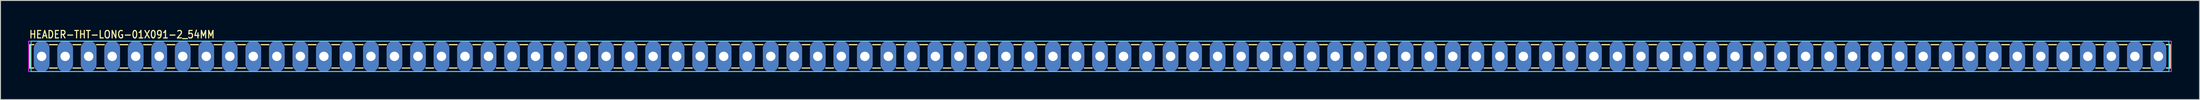
<source format=kicad_pcb>
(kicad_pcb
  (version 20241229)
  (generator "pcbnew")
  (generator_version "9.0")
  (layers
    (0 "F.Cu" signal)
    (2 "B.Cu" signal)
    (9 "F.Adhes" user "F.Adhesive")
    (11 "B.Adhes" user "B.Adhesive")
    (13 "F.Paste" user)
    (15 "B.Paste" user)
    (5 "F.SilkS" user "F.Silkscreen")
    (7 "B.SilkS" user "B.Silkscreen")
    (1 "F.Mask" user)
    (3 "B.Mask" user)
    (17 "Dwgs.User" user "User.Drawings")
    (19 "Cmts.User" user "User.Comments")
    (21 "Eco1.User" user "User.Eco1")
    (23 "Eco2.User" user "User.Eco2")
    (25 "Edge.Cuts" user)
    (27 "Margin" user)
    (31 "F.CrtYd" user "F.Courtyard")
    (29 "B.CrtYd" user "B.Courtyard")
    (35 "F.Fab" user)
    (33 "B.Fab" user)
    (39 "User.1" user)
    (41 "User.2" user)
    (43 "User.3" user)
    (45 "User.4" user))
  (footprint "HEADER-THT-LONG-01X091-2_54MM"
    (layer "F.Cu")
    (at 1.447 3.079)
    (property "Reference" "HEADER-THT-LONG-01X091-2_54MM" (at -1.4 -1.9 0) (unlocked yes) (layer "F.SilkS") (effects (font (size 0.813 0.695) (thickness 0.122)) (justify left bottom)))
    (fp_line (start -1.27 -1.27) (end -1.27 1.27) (stroke (width 0.127) (type solid)) (layer "F.SilkS"))
    (fp_line (start -1.27 1.27) (end -0.85 1.27) (stroke (width 0.127) (type solid)) (layer "F.SilkS"))
    (fp_line (start -0.85 -1.27) (end -1.27 -1.27) (stroke (width 0.127) (type solid)) (layer "F.SilkS"))
    (fp_line (start 0.85 -1.27) (end 1.69 -1.27) (stroke (width 0.127) (type solid)) (layer "F.SilkS"))
    (fp_line (start 0.85 1.27) (end 1.69 1.27) (stroke (width 0.127) (type solid)) (layer "F.SilkS"))
    (fp_line (start 3.39 -1.27) (end 4.23 -1.27) (stroke (width 0.127) (type solid)) (layer "F.SilkS"))
    (fp_line (start 3.39 1.27) (end 4.23 1.27) (stroke (width 0.127) (type solid)) (layer "F.SilkS"))
    (fp_line (start 5.93 -1.27) (end 6.77 -1.27) (stroke (width 0.127) (type solid)) (layer "F.SilkS"))
    (fp_line (start 5.93 1.27) (end 6.77 1.27) (stroke (width 0.127) (type solid)) (layer "F.SilkS"))
    (fp_line (start 8.47 -1.27) (end 9.31 -1.27) (stroke (width 0.127) (type solid)) (layer "F.SilkS"))
    (fp_line (start 8.47 1.27) (end 9.31 1.27) (stroke (width 0.127) (type solid)) (layer "F.SilkS"))
    (fp_line (start 11.01 -1.27) (end 11.85 -1.27) (stroke (width 0.127) (type solid)) (layer "F.SilkS"))
    (fp_line (start 11.01 1.27) (end 11.85 1.27) (stroke (width 0.127) (type solid)) (layer "F.SilkS"))
    (fp_line (start 13.55 -1.27) (end 14.39 -1.27) (stroke (width 0.127) (type solid)) (layer "F.SilkS"))
    (fp_line (start 13.55 1.27) (end 14.39 1.27) (stroke (width 0.127) (type solid)) (layer "F.SilkS"))
    (fp_line (start 16.09 -1.27) (end 16.93 -1.27) (stroke (width 0.127) (type solid)) (layer "F.SilkS"))
    (fp_line (start 16.09 1.27) (end 16.93 1.27) (stroke (width 0.127) (type solid)) (layer "F.SilkS"))
    (fp_line (start 18.63 -1.27) (end 19.47 -1.27) (stroke (width 0.127) (type solid)) (layer "F.SilkS"))
    (fp_line (start 18.63 1.27) (end 19.47 1.27) (stroke (width 0.127) (type solid)) (layer "F.SilkS"))
    (fp_line (start 21.17 -1.27) (end 22.01 -1.27) (stroke (width 0.127) (type solid)) (layer "F.SilkS"))
    (fp_line (start 21.17 1.27) (end 22.01 1.27) (stroke (width 0.127) (type solid)) (layer "F.SilkS"))
    (fp_line (start 23.71 -1.27) (end 24.55 -1.27) (stroke (width 0.127) (type solid)) (layer "F.SilkS"))
    (fp_line (start 23.71 1.27) (end 24.55 1.27) (stroke (width 0.127) (type solid)) (layer "F.SilkS"))
    (fp_line (start 26.25 -1.27) (end 27.09 -1.27) (stroke (width 0.127) (type solid)) (layer "F.SilkS"))
    (fp_line (start 26.25 1.27) (end 27.09 1.27) (stroke (width 0.127) (type solid)) (layer "F.SilkS"))
    (fp_line (start 28.79 -1.27) (end 29.63 -1.27) (stroke (width 0.127) (type solid)) (layer "F.SilkS"))
    (fp_line (start 28.79 1.27) (end 29.63 1.27) (stroke (width 0.127) (type solid)) (layer "F.SilkS"))
    (fp_line (start 31.33 -1.27) (end 32.17 -1.27) (stroke (width 0.127) (type solid)) (layer "F.SilkS"))
    (fp_line (start 31.33 1.27) (end 32.17 1.27) (stroke (width 0.127) (type solid)) (layer "F.SilkS"))
    (fp_line (start 33.87 -1.27) (end 34.71 -1.27) (stroke (width 0.127) (type solid)) (layer "F.SilkS"))
    (fp_line (start 33.87 1.27) (end 34.71 1.27) (stroke (width 0.127) (type solid)) (layer "F.SilkS"))
    (fp_line (start 36.41 -1.27) (end 37.25 -1.27) (stroke (width 0.127) (type solid)) (layer "F.SilkS"))
    (fp_line (start 36.41 1.27) (end 37.25 1.27) (stroke (width 0.127) (type solid)) (layer "F.SilkS"))
    (fp_line (start 38.95 -1.27) (end 39.79 -1.27) (stroke (width 0.127) (type solid)) (layer "F.SilkS"))
    (fp_line (start 38.95 1.27) (end 39.79 1.27) (stroke (width 0.127) (type solid)) (layer "F.SilkS"))
    (fp_line (start 41.49 -1.27) (end 42.33 -1.27) (stroke (width 0.127) (type solid)) (layer "F.SilkS"))
    (fp_line (start 41.49 1.27) (end 42.33 1.27) (stroke (width 0.127) (type solid)) (layer "F.SilkS"))
    (fp_line (start 44.03 -1.27) (end 44.87 -1.27) (stroke (width 0.127) (type solid)) (layer "F.SilkS"))
    (fp_line (start 44.03 1.27) (end 44.87 1.27) (stroke (width 0.127) (type solid)) (layer "F.SilkS"))
    (fp_line (start 46.57 -1.27) (end 47.41 -1.27) (stroke (width 0.127) (type solid)) (layer "F.SilkS"))
    (fp_line (start 46.57 1.27) (end 47.41 1.27) (stroke (width 0.127) (type solid)) (layer "F.SilkS"))
    (fp_line (start 49.11 -1.27) (end 49.95 -1.27) (stroke (width 0.127) (type solid)) (layer "F.SilkS"))
    (fp_line (start 49.11 1.27) (end 49.95 1.27) (stroke (width 0.127) (type solid)) (layer "F.SilkS"))
    (fp_line (start 51.65 -1.27) (end 52.49 -1.27) (stroke (width 0.127) (type solid)) (layer "F.SilkS"))
    (fp_line (start 51.65 1.27) (end 52.49 1.27) (stroke (width 0.127) (type solid)) (layer "F.SilkS"))
    (fp_line (start 54.19 -1.27) (end 55.03 -1.27) (stroke (width 0.127) (type solid)) (layer "F.SilkS"))
    (fp_line (start 54.19 1.27) (end 55.03 1.27) (stroke (width 0.127) (type solid)) (layer "F.SilkS"))
    (fp_line (start 56.73 -1.27) (end 57.57 -1.27) (stroke (width 0.127) (type solid)) (layer "F.SilkS"))
    (fp_line (start 56.73 1.27) (end 57.57 1.27) (stroke (width 0.127) (type solid)) (layer "F.SilkS"))
    (fp_line (start 59.27 -1.27) (end 60.11 -1.27) (stroke (width 0.127) (type solid)) (layer "F.SilkS"))
    (fp_line (start 59.27 1.27) (end 60.11 1.27) (stroke (width 0.127) (type solid)) (layer "F.SilkS"))
    (fp_line (start 61.81 -1.27) (end 62.65 -1.27) (stroke (width 0.127) (type solid)) (layer "F.SilkS"))
    (fp_line (start 61.81 1.27) (end 62.65 1.27) (stroke (width 0.127) (type solid)) (layer "F.SilkS"))
    (fp_line (start 64.35 -1.27) (end 65.19 -1.27) (stroke (width 0.127) (type solid)) (layer "F.SilkS"))
    (fp_line (start 64.35 1.27) (end 65.19 1.27) (stroke (width 0.127) (type solid)) (layer "F.SilkS"))
    (fp_line (start 66.89 -1.27) (end 67.73 -1.27) (stroke (width 0.127) (type solid)) (layer "F.SilkS"))
    (fp_line (start 66.89 1.27) (end 67.73 1.27) (stroke (width 0.127) (type solid)) (layer "F.SilkS"))
    (fp_line (start 69.43 -1.27) (end 70.27 -1.27) (stroke (width 0.127) (type solid)) (layer "F.SilkS"))
    (fp_line (start 69.43 1.27) (end 70.27 1.27) (stroke (width 0.127) (type solid)) (layer "F.SilkS"))
    (fp_line (start 71.97 -1.27) (end 72.81 -1.27) (stroke (width 0.127) (type solid)) (layer "F.SilkS"))
    (fp_line (start 71.97 1.27) (end 72.81 1.27) (stroke (width 0.127) (type solid)) (layer "F.SilkS"))
    (fp_line (start 74.51 -1.27) (end 75.35 -1.27) (stroke (width 0.127) (type solid)) (layer "F.SilkS"))
    (fp_line (start 74.51 1.27) (end 75.35 1.27) (stroke (width 0.127) (type solid)) (layer "F.SilkS"))
    (fp_line (start 77.05 -1.27) (end 77.89 -1.27) (stroke (width 0.127) (type solid)) (layer "F.SilkS"))
    (fp_line (start 77.05 1.27) (end 77.89 1.27) (stroke (width 0.127) (type solid)) (layer "F.SilkS"))
    (fp_line (start 79.59 -1.27) (end 80.43 -1.27) (stroke (width 0.127) (type solid)) (layer "F.SilkS"))
    (fp_line (start 79.59 1.27) (end 80.43 1.27) (stroke (width 0.127) (type solid)) (layer "F.SilkS"))
    (fp_line (start 82.13 -1.27) (end 82.97 -1.27) (stroke (width 0.127) (type solid)) (layer "F.SilkS"))
    (fp_line (start 82.13 1.27) (end 82.97 1.27) (stroke (width 0.127) (type solid)) (layer "F.SilkS"))
    (fp_line (start 84.67 -1.27) (end 85.51 -1.27) (stroke (width 0.127) (type solid)) (layer "F.SilkS"))
    (fp_line (start 84.67 1.27) (end 85.51 1.27) (stroke (width 0.127) (type solid)) (layer "F.SilkS"))
    (fp_line (start 87.21 -1.27) (end 88.05 -1.27) (stroke (width 0.127) (type solid)) (layer "F.SilkS"))
    (fp_line (start 87.21 1.27) (end 88.05 1.27) (stroke (width 0.127) (type solid)) (layer "F.SilkS"))
    (fp_line (start 89.75 -1.27) (end 90.59 -1.27) (stroke (width 0.127) (type solid)) (layer "F.SilkS"))
    (fp_line (start 89.75 1.27) (end 90.59 1.27) (stroke (width 0.127) (type solid)) (layer "F.SilkS"))
    (fp_line (start 92.29 -1.27) (end 93.13 -1.27) (stroke (width 0.127) (type solid)) (layer "F.SilkS"))
    (fp_line (start 92.29 1.27) (end 93.13 1.27) (stroke (width 0.127) (type solid)) (layer "F.SilkS"))
    (fp_line (start 94.83 -1.27) (end 95.67 -1.27) (stroke (width 0.127) (type solid)) (layer "F.SilkS"))
    (fp_line (start 94.83 1.27) (end 95.67 1.27) (stroke (width 0.127) (type solid)) (layer "F.SilkS"))
    (fp_line (start 97.37 -1.27) (end 98.21 -1.27) (stroke (width 0.127) (type solid)) (layer "F.SilkS"))
    (fp_line (start 97.37 1.27) (end 98.21 1.27) (stroke (width 0.127) (type solid)) (layer "F.SilkS"))
    (fp_line (start 99.91 -1.27) (end 100.75 -1.27) (stroke (width 0.127) (type solid)) (layer "F.SilkS"))
    (fp_line (start 99.91 1.27) (end 100.75 1.27) (stroke (width 0.127) (type solid)) (layer "F.SilkS"))
    (fp_line (start 102.45 -1.27) (end 103.29 -1.27) (stroke (width 0.127) (type solid)) (layer "F.SilkS"))
    (fp_line (start 102.45 1.27) (end 103.29 1.27) (stroke (width 0.127) (type solid)) (layer "F.SilkS"))
    (fp_line (start 104.99 -1.27) (end 105.83 -1.27) (stroke (width 0.127) (type solid)) (layer "F.SilkS"))
    (fp_line (start 104.99 1.27) (end 105.83 1.27) (stroke (width 0.127) (type solid)) (layer "F.SilkS"))
    (fp_line (start 107.53 -1.27) (end 108.37 -1.27) (stroke (width 0.127) (type solid)) (layer "F.SilkS"))
    (fp_line (start 107.53 1.27) (end 108.37 1.27) (stroke (width 0.127) (type solid)) (layer "F.SilkS"))
    (fp_line (start 110.07 -1.27) (end 110.91 -1.27) (stroke (width 0.127) (type solid)) (layer "F.SilkS"))
    (fp_line (start 110.07 1.27) (end 110.91 1.27) (stroke (width 0.127) (type solid)) (layer "F.SilkS"))
    (fp_line (start 112.61 -1.27) (end 113.45 -1.27) (stroke (width 0.127) (type solid)) (layer "F.SilkS"))
    (fp_line (start 112.61 1.27) (end 113.45 1.27) (stroke (width 0.127) (type solid)) (layer "F.SilkS"))
    (fp_line (start 115.15 -1.27) (end 115.99 -1.27) (stroke (width 0.127) (type solid)) (layer "F.SilkS"))
    (fp_line (start 115.15 1.27) (end 115.99 1.27) (stroke (width 0.127) (type solid)) (layer "F.SilkS"))
    (fp_line (start 117.69 -1.27) (end 118.53 -1.27) (stroke (width 0.127) (type solid)) (layer "F.SilkS"))
    (fp_line (start 117.69 1.27) (end 118.53 1.27) (stroke (width 0.127) (type solid)) (layer "F.SilkS"))
    (fp_line (start 120.23 -1.27) (end 121.07 -1.27) (stroke (width 0.127) (type solid)) (layer "F.SilkS"))
    (fp_line (start 120.23 1.27) (end 121.07 1.27) (stroke (width 0.127) (type solid)) (layer "F.SilkS"))
    (fp_line (start 122.77 -1.27) (end 123.61 -1.27) (stroke (width 0.127) (type solid)) (layer "F.SilkS"))
    (fp_line (start 122.77 1.27) (end 123.61 1.27) (stroke (width 0.127) (type solid)) (layer "F.SilkS"))
    (fp_line (start 125.31 -1.27) (end 126.15 -1.27) (stroke (width 0.127) (type solid)) (layer "F.SilkS"))
    (fp_line (start 125.31 1.27) (end 126.15 1.27) (stroke (width 0.127) (type solid)) (layer "F.SilkS"))
    (fp_line (start 127.85 -1.27) (end 128.69 -1.27) (stroke (width 0.127) (type solid)) (layer "F.SilkS"))
    (fp_line (start 127.85 1.27) (end 128.69 1.27) (stroke (width 0.127) (type solid)) (layer "F.SilkS"))
    (fp_line (start 130.39 -1.27) (end 131.23 -1.27) (stroke (width 0.127) (type solid)) (layer "F.SilkS"))
    (fp_line (start 130.39 1.27) (end 131.23 1.27) (stroke (width 0.127) (type solid)) (layer "F.SilkS"))
    (fp_line (start 132.93 -1.27) (end 133.77 -1.27) (stroke (width 0.127) (type solid)) (layer "F.SilkS"))
    (fp_line (start 132.93 1.27) (end 133.77 1.27) (stroke (width 0.127) (type solid)) (layer "F.SilkS"))
    (fp_line (start 135.47 -1.27) (end 136.31 -1.27) (stroke (width 0.127) (type solid)) (layer "F.SilkS"))
    (fp_line (start 135.47 1.27) (end 136.31 1.27) (stroke (width 0.127) (type solid)) (layer "F.SilkS"))
    (fp_line (start 138.01 -1.27) (end 138.85 -1.27) (stroke (width 0.127) (type solid)) (layer "F.SilkS"))
    (fp_line (start 138.01 1.27) (end 138.85 1.27) (stroke (width 0.127) (type solid)) (layer "F.SilkS"))
    (fp_line (start 140.55 -1.27) (end 141.39 -1.27) (stroke (width 0.127) (type solid)) (layer "F.SilkS"))
    (fp_line (start 140.55 1.27) (end 141.39 1.27) (stroke (width 0.127) (type solid)) (layer "F.SilkS"))
    (fp_line (start 143.09 -1.27) (end 143.93 -1.27) (stroke (width 0.127) (type solid)) (layer "F.SilkS"))
    (fp_line (start 143.09 1.27) (end 143.93 1.27) (stroke (width 0.127) (type solid)) (layer "F.SilkS"))
    (fp_line (start 145.63 -1.27) (end 146.47 -1.27) (stroke (width 0.127) (type solid)) (layer "F.SilkS"))
    (fp_line (start 145.63 1.27) (end 146.47 1.27) (stroke (width 0.127) (type solid)) (layer "F.SilkS"))
    (fp_line (start 148.17 -1.27) (end 149.01 -1.27) (stroke (width 0.127) (type solid)) (layer "F.SilkS"))
    (fp_line (start 148.17 1.27) (end 149.01 1.27) (stroke (width 0.127) (type solid)) (layer "F.SilkS"))
    (fp_line (start 150.71 -1.27) (end 151.55 -1.27) (stroke (width 0.127) (type solid)) (layer "F.SilkS"))
    (fp_line (start 150.71 1.27) (end 151.55 1.27) (stroke (width 0.127) (type solid)) (layer "F.SilkS"))
    (fp_line (start 153.25 -1.27) (end 154.09 -1.27) (stroke (width 0.127) (type solid)) (layer "F.SilkS"))
    (fp_line (start 153.25 1.27) (end 154.09 1.27) (stroke (width 0.127) (type solid)) (layer "F.SilkS"))
    (fp_line (start 155.79 -1.27) (end 156.63 -1.27) (stroke (width 0.127) (type solid)) (layer "F.SilkS"))
    (fp_line (start 155.79 1.27) (end 156.63 1.27) (stroke (width 0.127) (type solid)) (layer "F.SilkS"))
    (fp_line (start 158.33 -1.27) (end 159.17 -1.27) (stroke (width 0.127) (type solid)) (layer "F.SilkS"))
    (fp_line (start 158.33 1.27) (end 159.17 1.27) (stroke (width 0.127) (type solid)) (layer "F.SilkS"))
    (fp_line (start 160.87 -1.27) (end 161.71 -1.27) (stroke (width 0.127) (type solid)) (layer "F.SilkS"))
    (fp_line (start 160.87 1.27) (end 161.71 1.27) (stroke (width 0.127) (type solid)) (layer "F.SilkS"))
    (fp_line (start 163.41 -1.27) (end 164.25 -1.27) (stroke (width 0.127) (type solid)) (layer "F.SilkS"))
    (fp_line (start 163.41 1.27) (end 164.25 1.27) (stroke (width 0.127) (type solid)) (layer "F.SilkS"))
    (fp_line (start 165.95 -1.27) (end 166.79 -1.27) (stroke (width 0.127) (type solid)) (layer "F.SilkS"))
    (fp_line (start 165.95 1.27) (end 166.79 1.27) (stroke (width 0.127) (type solid)) (layer "F.SilkS"))
    (fp_line (start 168.49 -1.27) (end 169.33 -1.27) (stroke (width 0.127) (type solid)) (layer "F.SilkS"))
    (fp_line (start 168.49 1.27) (end 169.33 1.27) (stroke (width 0.127) (type solid)) (layer "F.SilkS"))
    (fp_line (start 171.03 -1.27) (end 171.87 -1.27) (stroke (width 0.127) (type solid)) (layer "F.SilkS"))
    (fp_line (start 171.03 1.27) (end 171.87 1.27) (stroke (width 0.127) (type solid)) (layer "F.SilkS"))
    (fp_line (start 173.57 -1.27) (end 174.41 -1.27) (stroke (width 0.127) (type solid)) (layer "F.SilkS"))
    (fp_line (start 173.57 1.27) (end 174.41 1.27) (stroke (width 0.127) (type solid)) (layer "F.SilkS"))
    (fp_line (start 176.11 -1.27) (end 176.95 -1.27) (stroke (width 0.127) (type solid)) (layer "F.SilkS"))
    (fp_line (start 176.11 1.27) (end 176.95 1.27) (stroke (width 0.127) (type solid)) (layer "F.SilkS"))
    (fp_line (start 178.65 -1.27) (end 179.49 -1.27) (stroke (width 0.127) (type solid)) (layer "F.SilkS"))
    (fp_line (start 178.65 1.27) (end 179.49 1.27) (stroke (width 0.127) (type solid)) (layer "F.SilkS"))
    (fp_line (start 181.19 -1.27) (end 182.03 -1.27) (stroke (width 0.127) (type solid)) (layer "F.SilkS"))
    (fp_line (start 181.19 1.27) (end 182.03 1.27) (stroke (width 0.127) (type solid)) (layer "F.SilkS"))
    (fp_line (start 183.73 -1.27) (end 184.57 -1.27) (stroke (width 0.127) (type solid)) (layer "F.SilkS"))
    (fp_line (start 183.73 1.27) (end 184.57 1.27) (stroke (width 0.127) (type solid)) (layer "F.SilkS"))
    (fp_line (start 186.27 -1.27) (end 187.11 -1.27) (stroke (width 0.127) (type solid)) (layer "F.SilkS"))
    (fp_line (start 186.27 1.27) (end 187.11 1.27) (stroke (width 0.127) (type solid)) (layer "F.SilkS"))
    (fp_line (start 188.81 -1.27) (end 189.65 -1.27) (stroke (width 0.127) (type solid)) (layer "F.SilkS"))
    (fp_line (start 188.81 1.27) (end 189.65 1.27) (stroke (width 0.127) (type solid)) (layer "F.SilkS"))
    (fp_line (start 191.35 -1.27) (end 192.19 -1.27) (stroke (width 0.127) (type solid)) (layer "F.SilkS"))
    (fp_line (start 191.35 1.27) (end 192.19 1.27) (stroke (width 0.127) (type solid)) (layer "F.SilkS"))
    (fp_line (start 193.89 -1.27) (end 194.73 -1.27) (stroke (width 0.127) (type solid)) (layer "F.SilkS"))
    (fp_line (start 193.89 1.27) (end 194.73 1.27) (stroke (width 0.127) (type solid)) (layer "F.SilkS"))
    (fp_line (start 196.43 -1.27) (end 197.27 -1.27) (stroke (width 0.127) (type solid)) (layer "F.SilkS"))
    (fp_line (start 196.43 1.27) (end 197.27 1.27) (stroke (width 0.127) (type solid)) (layer "F.SilkS"))
    (fp_line (start 198.97 -1.27) (end 199.81 -1.27) (stroke (width 0.127) (type solid)) (layer "F.SilkS"))
    (fp_line (start 198.97 1.27) (end 199.81 1.27) (stroke (width 0.127) (type solid)) (layer "F.SilkS"))
    (fp_line (start 201.51 -1.27) (end 202.35 -1.27) (stroke (width 0.127) (type solid)) (layer "F.SilkS"))
    (fp_line (start 201.51 1.27) (end 202.35 1.27) (stroke (width 0.127) (type solid)) (layer "F.SilkS"))
    (fp_line (start 204.05 -1.27) (end 204.89 -1.27) (stroke (width 0.127) (type solid)) (layer "F.SilkS"))
    (fp_line (start 204.05 1.27) (end 204.89 1.27) (stroke (width 0.127) (type solid)) (layer "F.SilkS"))
    (fp_line (start 206.59 -1.27) (end 207.43 -1.27) (stroke (width 0.127) (type solid)) (layer "F.SilkS"))
    (fp_line (start 206.59 1.27) (end 207.43 1.27) (stroke (width 0.127) (type solid)) (layer "F.SilkS"))
    (fp_line (start 209.13 -1.27) (end 209.97 -1.27) (stroke (width 0.127) (type solid)) (layer "F.SilkS"))
    (fp_line (start 209.13 1.27) (end 209.97 1.27) (stroke (width 0.127) (type solid)) (layer "F.SilkS"))
    (fp_line (start 211.67 -1.27) (end 212.51 -1.27) (stroke (width 0.127) (type solid)) (layer "F.SilkS"))
    (fp_line (start 211.67 1.27) (end 212.51 1.27) (stroke (width 0.127) (type solid)) (layer "F.SilkS"))
    (fp_line (start 214.21 -1.27) (end 215.05 -1.27) (stroke (width 0.127) (type solid)) (layer "F.SilkS"))
    (fp_line (start 214.21 1.27) (end 215.05 1.27) (stroke (width 0.127) (type solid)) (layer "F.SilkS"))
    (fp_line (start 216.75 -1.27) (end 217.59 -1.27) (stroke (width 0.127) (type solid)) (layer "F.SilkS"))
    (fp_line (start 216.75 1.27) (end 217.59 1.27) (stroke (width 0.127) (type solid)) (layer "F.SilkS"))
    (fp_line (start 219.29 -1.27) (end 220.13 -1.27) (stroke (width 0.127) (type solid)) (layer "F.SilkS"))
    (fp_line (start 219.29 1.27) (end 220.13 1.27) (stroke (width 0.127) (type solid)) (layer "F.SilkS"))
    (fp_line (start 221.83 -1.27) (end 222.67 -1.27) (stroke (width 0.127) (type solid)) (layer "F.SilkS"))
    (fp_line (start 221.83 1.27) (end 222.67 1.27) (stroke (width 0.127) (type solid)) (layer "F.SilkS"))
    (fp_line (start 224.37 -1.27) (end 225.21 -1.27) (stroke (width 0.127) (type solid)) (layer "F.SilkS"))
    (fp_line (start 224.37 1.27) (end 225.21 1.27) (stroke (width 0.127) (type solid)) (layer "F.SilkS"))
    (fp_line (start 226.91 -1.27) (end 227.75 -1.27) (stroke (width 0.127) (type solid)) (layer "F.SilkS"))
    (fp_line (start 226.91 1.27) (end 227.75 1.27) (stroke (width 0.127) (type solid)) (layer "F.SilkS"))
    (fp_line (start 229.45 -1.27) (end 229.87 -1.27) (stroke (width 0.127) (type solid)) (layer "F.SilkS"))
    (fp_line (start 229.87 -1.27) (end 229.87 1.27) (stroke (width 0.127) (type solid)) (layer "F.SilkS"))
    (fp_line (start 229.87 1.27) (end 229.45 1.27) (stroke (width 0.127) (type solid)) (layer "F.SilkS"))
    (fp_poly (pts (xy -1.143 -1.651) (xy 229.743 -1.651) (xy 229.743 1.651) (xy -1.143 1.651)) (stroke (width 0.1) (type solid)) (fill no) (layer "B.CrtYd"))
    (fp_poly (pts (xy -1.397 -1.651) (xy 229.997 -1.651) (xy 229.997 1.651) (xy -1.397 1.651)) (stroke (width 0.1) (type solid)) (fill no) (layer "F.CrtYd"))
    (pad "P$1" thru_hole oval (at 0 0 90) (size 3.387 1.693) (drill 1.016) (layers "*.Cu" "*.Mask"))
    (pad "P$2" thru_hole oval (at 2.54 0 90) (size 3.387 1.693) (drill 1.016) (layers "*.Cu" "*.Mask"))
    (pad "P$3" thru_hole oval (at 5.08 0 90) (size 3.387 1.693) (drill 1.016) (layers "*.Cu" "*.Mask"))
    (pad "P$4" thru_hole oval (at 7.62 0 90) (size 3.387 1.693) (drill 1.016) (layers "*.Cu" "*.Mask"))
    (pad "P$5" thru_hole oval (at 10.16 0 90) (size 3.387 1.693) (drill 1.016) (layers "*.Cu" "*.Mask"))
    (pad "P$6" thru_hole oval (at 12.7 0 90) (size 3.387 1.693) (drill 1.016) (layers "*.Cu" "*.Mask"))
    (pad "P$7" thru_hole oval (at 15.24 0 90) (size 3.387 1.693) (drill 1.016) (layers "*.Cu" "*.Mask"))
    (pad "P$8" thru_hole oval (at 17.78 0 90) (size 3.387 1.693) (drill 1.016) (layers "*.Cu" "*.Mask"))
    (pad "P$9" thru_hole oval (at 20.32 0 90) (size 3.387 1.693) (drill 1.016) (layers "*.Cu" "*.Mask"))
    (pad "P$10" thru_hole oval (at 22.86 0 90) (size 3.387 1.693) (drill 1.016) (layers "*.Cu" "*.Mask"))
    (pad "P$11" thru_hole oval (at 25.4 0 90) (size 3.387 1.693) (drill 1.016) (layers "*.Cu" "*.Mask"))
    (pad "P$12" thru_hole oval (at 27.94 0 90) (size 3.387 1.693) (drill 1.016) (layers "*.Cu" "*.Mask"))
    (pad "P$13" thru_hole oval (at 30.48 0 90) (size 3.387 1.693) (drill 1.016) (layers "*.Cu" "*.Mask"))
    (pad "P$14" thru_hole oval (at 33.02 0 90) (size 3.387 1.693) (drill 1.016) (layers "*.Cu" "*.Mask"))
    (pad "P$15" thru_hole oval (at 35.56 0 90) (size 3.387 1.693) (drill 1.016) (layers "*.Cu" "*.Mask"))
    (pad "P$16" thru_hole oval (at 38.1 0 90) (size 3.387 1.693) (drill 1.016) (layers "*.Cu" "*.Mask"))
    (pad "P$17" thru_hole oval (at 40.64 0 90) (size 3.387 1.693) (drill 1.016) (layers "*.Cu" "*.Mask"))
    (pad "P$18" thru_hole oval (at 43.18 0 90) (size 3.387 1.693) (drill 1.016) (layers "*.Cu" "*.Mask"))
    (pad "P$19" thru_hole oval (at 45.72 0 90) (size 3.387 1.693) (drill 1.016) (layers "*.Cu" "*.Mask"))
    (pad "P$20" thru_hole oval (at 48.26 0 90) (size 3.387 1.693) (drill 1.016) (layers "*.Cu" "*.Mask"))
    (pad "P$21" thru_hole oval (at 50.8 0 90) (size 3.387 1.693) (drill 1.016) (layers "*.Cu" "*.Mask"))
    (pad "P$22" thru_hole oval (at 53.34 0 90) (size 3.387 1.693) (drill 1.016) (layers "*.Cu" "*.Mask"))
    (pad "P$23" thru_hole oval (at 55.88 0 90) (size 3.387 1.693) (drill 1.016) (layers "*.Cu" "*.Mask"))
    (pad "P$24" thru_hole oval (at 58.42 0 90) (size 3.387 1.693) (drill 1.016) (layers "*.Cu" "*.Mask"))
    (pad "P$25" thru_hole oval (at 60.96 0 90) (size 3.387 1.693) (drill 1.016) (layers "*.Cu" "*.Mask"))
    (pad "P$26" thru_hole oval (at 63.5 0 90) (size 3.387 1.693) (drill 1.016) (layers "*.Cu" "*.Mask"))
    (pad "P$27" thru_hole oval (at 66.04 0 90) (size 3.387 1.693) (drill 1.016) (layers "*.Cu" "*.Mask"))
    (pad "P$28" thru_hole oval (at 68.58 0 90) (size 3.387 1.693) (drill 1.016) (layers "*.Cu" "*.Mask"))
    (pad "P$29" thru_hole oval (at 71.12 0 90) (size 3.387 1.693) (drill 1.016) (layers "*.Cu" "*.Mask"))
    (pad "P$30" thru_hole oval (at 73.66 0 90) (size 3.387 1.693) (drill 1.016) (layers "*.Cu" "*.Mask"))
    (pad "P$31" thru_hole oval (at 76.2 0 90) (size 3.387 1.693) (drill 1.016) (layers "*.Cu" "*.Mask"))
    (pad "P$32" thru_hole oval (at 78.74 0 90) (size 3.387 1.693) (drill 1.016) (layers "*.Cu" "*.Mask"))
    (pad "P$33" thru_hole oval (at 81.28 0 90) (size 3.387 1.693) (drill 1.016) (layers "*.Cu" "*.Mask"))
    (pad "P$34" thru_hole oval (at 83.82 0 90) (size 3.387 1.693) (drill 1.016) (layers "*.Cu" "*.Mask"))
    (pad "P$35" thru_hole oval (at 86.36 0 90) (size 3.387 1.693) (drill 1.016) (layers "*.Cu" "*.Mask"))
    (pad "P$36" thru_hole oval (at 88.9 0 90) (size 3.387 1.693) (drill 1.016) (layers "*.Cu" "*.Mask"))
    (pad "P$37" thru_hole oval (at 91.44 0 90) (size 3.387 1.693) (drill 1.016) (layers "*.Cu" "*.Mask"))
    (pad "P$38" thru_hole oval (at 93.98 0 90) (size 3.387 1.693) (drill 1.016) (layers "*.Cu" "*.Mask"))
    (pad "P$39" thru_hole oval (at 96.52 0 90) (size 3.387 1.693) (drill 1.016) (layers "*.Cu" "*.Mask"))
    (pad "P$40" thru_hole oval (at 99.06 0 90) (size 3.387 1.693) (drill 1.016) (layers "*.Cu" "*.Mask"))
    (pad "P$41" thru_hole oval (at 101.6 0 90) (size 3.387 1.693) (drill 1.016) (layers "*.Cu" "*.Mask"))
    (pad "P$42" thru_hole oval (at 104.14 0 90) (size 3.387 1.693) (drill 1.016) (layers "*.Cu" "*.Mask"))
    (pad "P$43" thru_hole oval (at 106.68 0 90) (size 3.387 1.693) (drill 1.016) (layers "*.Cu" "*.Mask"))
    (pad "P$44" thru_hole oval (at 109.22 0 90) (size 3.387 1.693) (drill 1.016) (layers "*.Cu" "*.Mask"))
    (pad "P$45" thru_hole oval (at 111.76 0 90) (size 3.387 1.693) (drill 1.016) (layers "*.Cu" "*.Mask"))
    (pad "P$46" thru_hole oval (at 114.3 0 90) (size 3.387 1.693) (drill 1.016) (layers "*.Cu" "*.Mask"))
    (pad "P$47" thru_hole oval (at 116.84 0 90) (size 3.387 1.693) (drill 1.016) (layers "*.Cu" "*.Mask"))
    (pad "P$48" thru_hole oval (at 119.38 0 90) (size 3.387 1.693) (drill 1.016) (layers "*.Cu" "*.Mask"))
    (pad "P$49" thru_hole oval (at 121.92 0 90) (size 3.387 1.693) (drill 1.016) (layers "*.Cu" "*.Mask"))
    (pad "P$50" thru_hole oval (at 124.46 0 90) (size 3.387 1.693) (drill 1.016) (layers "*.Cu" "*.Mask"))
    (pad "P$51" thru_hole oval (at 127 0 90) (size 3.387 1.693) (drill 1.016) (layers "*.Cu" "*.Mask"))
    (pad "P$52" thru_hole oval (at 129.54 0 90) (size 3.387 1.693) (drill 1.016) (layers "*.Cu" "*.Mask"))
    (pad "P$53" thru_hole oval (at 132.08 0 90) (size 3.387 1.693) (drill 1.016) (layers "*.Cu" "*.Mask"))
    (pad "P$54" thru_hole oval (at 134.62 0 90) (size 3.387 1.693) (drill 1.016) (layers "*.Cu" "*.Mask"))
    (pad "P$55" thru_hole oval (at 137.16 0 90) (size 3.387 1.693) (drill 1.016) (layers "*.Cu" "*.Mask"))
    (pad "P$56" thru_hole oval (at 139.7 0 90) (size 3.387 1.693) (drill 1.016) (layers "*.Cu" "*.Mask"))
    (pad "P$57" thru_hole oval (at 142.24 0 90) (size 3.387 1.693) (drill 1.016) (layers "*.Cu" "*.Mask"))
    (pad "P$58" thru_hole oval (at 144.78 0 90) (size 3.387 1.693) (drill 1.016) (layers "*.Cu" "*.Mask"))
    (pad "P$59" thru_hole oval (at 147.32 0 90) (size 3.387 1.693) (drill 1.016) (layers "*.Cu" "*.Mask"))
    (pad "P$60" thru_hole oval (at 149.86 0 90) (size 3.387 1.693) (drill 1.016) (layers "*.Cu" "*.Mask"))
    (pad "P$61" thru_hole oval (at 152.4 0 90) (size 3.387 1.693) (drill 1.016) (layers "*.Cu" "*.Mask"))
    (pad "P$62" thru_hole oval (at 154.94 0 90) (size 3.387 1.693) (drill 1.016) (layers "*.Cu" "*.Mask"))
    (pad "P$63" thru_hole oval (at 157.48 0 90) (size 3.387 1.693) (drill 1.016) (layers "*.Cu" "*.Mask"))
    (pad "P$64" thru_hole oval (at 160.02 0 90) (size 3.387 1.693) (drill 1.016) (layers "*.Cu" "*.Mask"))
    (pad "P$65" thru_hole oval (at 162.56 0 90) (size 3.387 1.693) (drill 1.016) (layers "*.Cu" "*.Mask"))
    (pad "P$66" thru_hole oval (at 165.1 0 90) (size 3.387 1.693) (drill 1.016) (layers "*.Cu" "*.Mask"))
    (pad "P$67" thru_hole oval (at 167.64 0 90) (size 3.387 1.693) (drill 1.016) (layers "*.Cu" "*.Mask"))
    (pad "P$68" thru_hole oval (at 170.18 0 90) (size 3.387 1.693) (drill 1.016) (layers "*.Cu" "*.Mask"))
    (pad "P$69" thru_hole oval (at 172.72 0 90) (size 3.387 1.693) (drill 1.016) (layers "*.Cu" "*.Mask"))
    (pad "P$70" thru_hole oval (at 175.26 0 90) (size 3.387 1.693) (drill 1.016) (layers "*.Cu" "*.Mask"))
    (pad "P$71" thru_hole oval (at 177.8 0 90) (size 3.387 1.693) (drill 1.016) (layers "*.Cu" "*.Mask"))
    (pad "P$72" thru_hole oval (at 180.34 0 90) (size 3.387 1.693) (drill 1.016) (layers "*.Cu" "*.Mask"))
    (pad "P$73" thru_hole oval (at 182.88 0 90) (size 3.387 1.693) (drill 1.016) (layers "*.Cu" "*.Mask"))
    (pad "P$74" thru_hole oval (at 185.42 0 90) (size 3.387 1.693) (drill 1.016) (layers "*.Cu" "*.Mask"))
    (pad "P$75" thru_hole oval (at 187.96 0 90) (size 3.387 1.693) (drill 1.016) (layers "*.Cu" "*.Mask"))
    (pad "P$76" thru_hole oval (at 190.5 0 90) (size 3.387 1.693) (drill 1.016) (layers "*.Cu" "*.Mask"))
    (pad "P$77" thru_hole oval (at 193.04 0 90) (size 3.387 1.693) (drill 1.016) (layers "*.Cu" "*.Mask"))
    (pad "P$78" thru_hole oval (at 195.58 0 90) (size 3.387 1.693) (drill 1.016) (layers "*.Cu" "*.Mask"))
    (pad "P$79" thru_hole oval (at 198.12 0 90) (size 3.387 1.693) (drill 1.016) (layers "*.Cu" "*.Mask"))
    (pad "P$80" thru_hole oval (at 200.66 0 90) (size 3.387 1.693) (drill 1.016) (layers "*.Cu" "*.Mask"))
    (pad "P$81" thru_hole oval (at 203.2 0 90) (size 3.387 1.693) (drill 1.016) (layers "*.Cu" "*.Mask"))
    (pad "P$82" thru_hole oval (at 205.74 0 90) (size 3.387 1.693) (drill 1.016) (layers "*.Cu" "*.Mask"))
    (pad "P$83" thru_hole oval (at 208.28 0 90) (size 3.387 1.693) (drill 1.016) (layers "*.Cu" "*.Mask"))
    (pad "P$84" thru_hole oval (at 210.82 0 90) (size 3.387 1.693) (drill 1.016) (layers "*.Cu" "*.Mask"))
    (pad "P$85" thru_hole oval (at 213.36 0 90) (size 3.387 1.693) (drill 1.016) (layers "*.Cu" "*.Mask"))
    (pad "P$86" thru_hole oval (at 215.9 0 90) (size 3.387 1.693) (drill 1.016) (layers "*.Cu" "*.Mask"))
    (pad "P$87" thru_hole oval (at 218.44 0 90) (size 3.387 1.693) (drill 1.016) (layers "*.Cu" "*.Mask"))
    (pad "P$88" thru_hole oval (at 220.98 0 90) (size 3.387 1.693) (drill 1.016) (layers "*.Cu" "*.Mask"))
    (pad "P$89" thru_hole oval (at 223.52 0 90) (size 3.387 1.693) (drill 1.016) (layers "*.Cu" "*.Mask"))
    (pad "P$90" thru_hole oval (at 226.06 0 90) (size 3.387 1.693) (drill 1.016) (layers "*.Cu" "*.Mask"))
    (pad "P$91" thru_hole oval (at 228.6 0 90) (size 3.387 1.693) (drill 1.016) (layers "*.Cu" "*.Mask")))
  (gr_rect
    (start -3 -3)
    (end 234.494 7.78)
    (stroke (width 0.1) (type default))
    (fill no)
    (layer "Edge.Cuts")))
</source>
